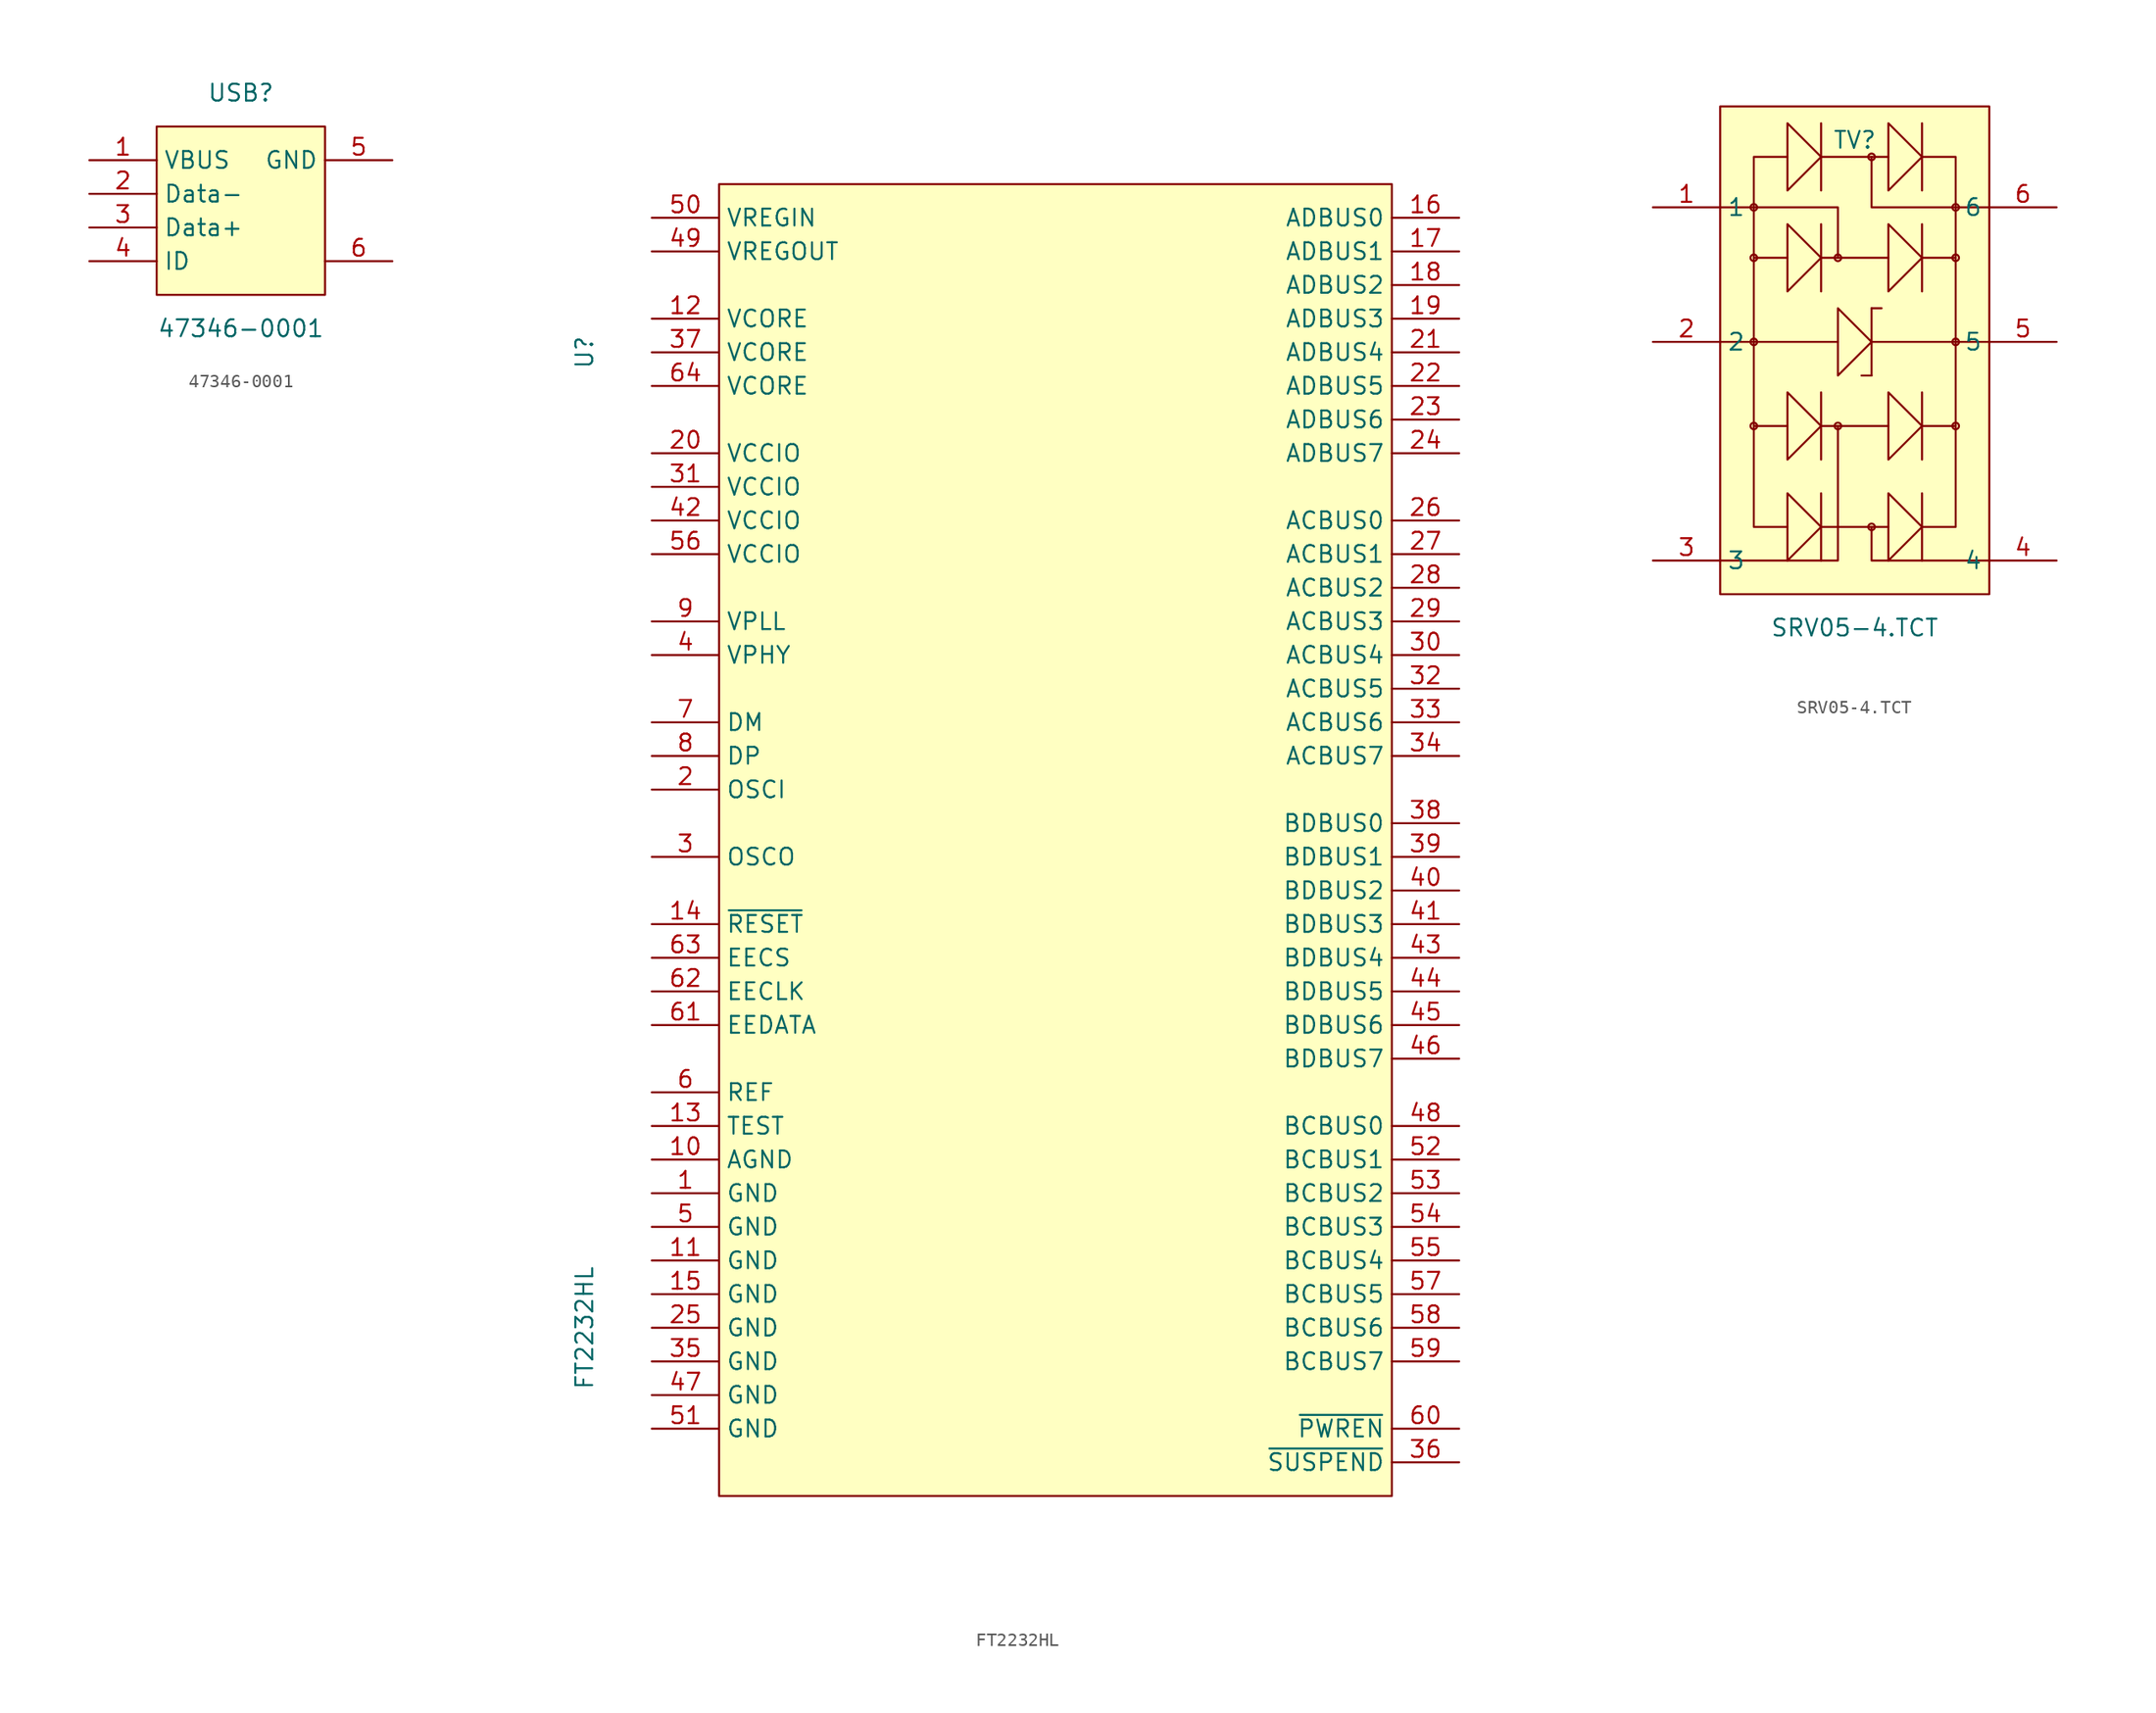
<source format=kicad_sym>
(kicad_symbol_lib
  (version 20241209)
  (generator "kicad_symbol_editor")
  (generator_version "9.0")
  (symbol "47346-0001"
    (property "Reference" "USB"
      (at 0 8.89 0)
      (effects (font (size 1.27 1.27))))
    (property "Value" "47346-0001"
      (at 0 -8.89 0)
      (effects (font (size 1.27 1.27))))
    (symbol "47346-0001_0_1"
      (rectangle (start -6.35 6.35) (end 6.35 -6.35) (stroke (width 0) (type default)) (fill (type background)))
      (pin bidirectional line (at -11.43 3.81 0) (length 5.08) (name "VBUS" (effects (font (size 1.27 1.27)))) (number "1" (effects (font (size 1.27 1.27)))))
      (pin input line (at -11.43 1.27 0) (length 5.08) (name "Data-" (effects (font (size 1.27 1.27)))) (number "2" (effects (font (size 1.27 1.27)))))
      (pin input line (at -11.43 -1.27 0) (length 5.08) (name "Data+" (effects (font (size 1.27 1.27)))) (number "3" (effects (font (size 1.27 1.27)))))
      (pin bidirectional line (at -11.43 -3.81 0) (length 5.08) (name "ID" (effects (font (size 1.27 1.27)))) (number "4" (effects (font (size 1.27 1.27)))))
      (pin bidirectional line (at 11.43 3.81 180) (length 5.08) (name "GND" (effects (font (size 1.27 1.27)))) (number "5" (effects (font (size 1.27 1.27)))))
      (pin unspecified line (at 11.43 -3.81 180) (length 5.08) (name "" (effects (font (size 1.27 1.27)))) (number "6" (effects (font (size 1.27 1.27)))))))
  (symbol "FT2232HL"
    (property "Reference" "U"
      (at -35.56 36.83 90)
      (effects (font (size 1.27 1.27))))
    (property "Value" "FT2232HL"
      (at -35.56 -36.83 90)
      (effects (font (size 1.27 1.27))))
    (symbol "FT2232HL_0_1"
      (rectangle (start -25.4 49.53) (end 25.4 -49.53) (stroke (width 0) (type default)) (fill (type background)))
      (pin power_in line (at -30.48 46.99 0) (length 5.08) (name "VREGIN" (effects (font (size 1.27 1.27)))) (number "50" (effects (font (size 1.27 1.27)))))
      (pin power_in line (at -30.48 44.45 0) (length 5.08) (name "VREGOUT" (effects (font (size 1.27 1.27)))) (number "49" (effects (font (size 1.27 1.27)))))
      (pin power_in line (at -30.48 39.37 0) (length 5.08) (name "VCORE" (effects (font (size 1.27 1.27)))) (number "12" (effects (font (size 1.27 1.27)))))
      (pin power_in line (at -30.48 36.83 0) (length 5.08) (name "VCORE" (effects (font (size 1.27 1.27)))) (number "37" (effects (font (size 1.27 1.27)))))
      (pin power_in line (at -30.48 34.29 0) (length 5.08) (name "VCORE" (effects (font (size 1.27 1.27)))) (number "64" (effects (font (size 1.27 1.27)))))
      (pin power_in line (at -30.48 29.21 0) (length 5.08) (name "VCCIO" (effects (font (size 1.27 1.27)))) (number "20" (effects (font (size 1.27 1.27)))))
      (pin power_in line (at -30.48 26.67 0) (length 5.08) (name "VCCIO" (effects (font (size 1.27 1.27)))) (number "31" (effects (font (size 1.27 1.27)))))
      (pin power_in line (at -30.48 24.13 0) (length 5.08) (name "VCCIO" (effects (font (size 1.27 1.27)))) (number "42" (effects (font (size 1.27 1.27)))))
      (pin power_in line (at -30.48 21.59 0) (length 5.08) (name "VCCIO" (effects (font (size 1.27 1.27)))) (number "56" (effects (font (size 1.27 1.27)))))
      (pin power_in line (at -30.48 16.51 0) (length 5.08) (name "VPLL" (effects (font (size 1.27 1.27)))) (number "9" (effects (font (size 1.27 1.27)))))
      (pin power_in line (at -30.48 13.97 0) (length 5.08) (name "VPHY" (effects (font (size 1.27 1.27)))) (number "4" (effects (font (size 1.27 1.27)))))
      (pin unspecified line (at -30.48 8.89 0) (length 5.08) (name "DM" (effects (font (size 1.27 1.27)))) (number "7" (effects (font (size 1.27 1.27)))))
      (pin unspecified line (at -30.48 6.35 0) (length 5.08) (name "DP" (effects (font (size 1.27 1.27)))) (number "8" (effects (font (size 1.27 1.27)))))
      (pin unspecified line (at -30.48 3.81 0) (length 5.08) (name "OSCI" (effects (font (size 1.27 1.27)))) (number "2" (effects (font (size 1.27 1.27)))))
      (pin output line (at -30.48 -1.27 0) (length 5.08) (name "OSCO" (effects (font (size 1.27 1.27)))) (number "3" (effects (font (size 1.27 1.27)))))
      (pin unspecified line (at -30.48 -6.35 0) (length 5.08) (name "~{RESET}" (effects (font (size 1.27 1.27)))) (number "14" (effects (font (size 1.27 1.27)))))
      (pin bidirectional line (at -30.48 -8.89 0) (length 5.08) (name "EECS" (effects (font (size 1.27 1.27)))) (number "63" (effects (font (size 1.27 1.27)))))
      (pin output line (at -30.48 -11.43 0) (length 5.08) (name "EECLK" (effects (font (size 1.27 1.27)))) (number "62" (effects (font (size 1.27 1.27)))))
      (pin bidirectional line (at -30.48 -13.97 0) (length 5.08) (name "EEDATA" (effects (font (size 1.27 1.27)))) (number "61" (effects (font (size 1.27 1.27)))))
      (pin unspecified line (at -30.48 -19.05 0) (length 5.08) (name "REF" (effects (font (size 1.27 1.27)))) (number "6" (effects (font (size 1.27 1.27)))))
      (pin unspecified line (at -30.48 -21.59 0) (length 5.08) (name "TEST" (effects (font (size 1.27 1.27)))) (number "13" (effects (font (size 1.27 1.27)))))
      (pin power_in line (at -30.48 -24.13 0) (length 5.08) (name "AGND" (effects (font (size 1.27 1.27)))) (number "10" (effects (font (size 1.27 1.27)))))
      (pin power_in line (at -30.48 -26.67 0) (length 5.08) (name "GND" (effects (font (size 1.27 1.27)))) (number "1" (effects (font (size 1.27 1.27)))))
      (pin power_in line (at -30.48 -29.21 0) (length 5.08) (name "GND" (effects (font (size 1.27 1.27)))) (number "5" (effects (font (size 1.27 1.27)))))
      (pin power_in line (at -30.48 -31.75 0) (length 5.08) (name "GND" (effects (font (size 1.27 1.27)))) (number "11" (effects (font (size 1.27 1.27)))))
      (pin power_in line (at -30.48 -34.29 0) (length 5.08) (name "GND" (effects (font (size 1.27 1.27)))) (number "15" (effects (font (size 1.27 1.27)))))
      (pin power_in line (at -30.48 -36.83 0) (length 5.08) (name "GND" (effects (font (size 1.27 1.27)))) (number "25" (effects (font (size 1.27 1.27)))))
      (pin power_in line (at -30.48 -39.37 0) (length 5.08) (name "GND" (effects (font (size 1.27 1.27)))) (number "35" (effects (font (size 1.27 1.27)))))
      (pin power_in line (at -30.48 -41.91 0) (length 5.08) (name "GND" (effects (font (size 1.27 1.27)))) (number "47" (effects (font (size 1.27 1.27)))))
      (pin power_in line (at -30.48 -44.45 0) (length 5.08) (name "GND" (effects (font (size 1.27 1.27)))) (number "51" (effects (font (size 1.27 1.27)))))
      (pin bidirectional line (at 30.48 46.99 180) (length 5.08) (name "ADBUS0" (effects (font (size 1.27 1.27)))) (number "16" (effects (font (size 1.27 1.27)))))
      (pin bidirectional line (at 30.48 44.45 180) (length 5.08) (name "ADBUS1" (effects (font (size 1.27 1.27)))) (number "17" (effects (font (size 1.27 1.27)))))
      (pin bidirectional line (at 30.48 41.91 180) (length 5.08) (name "ADBUS2" (effects (font (size 1.27 1.27)))) (number "18" (effects (font (size 1.27 1.27)))))
      (pin bidirectional line (at 30.48 39.37 180) (length 5.08) (name "ADBUS3" (effects (font (size 1.27 1.27)))) (number "19" (effects (font (size 1.27 1.27)))))
      (pin bidirectional line (at 30.48 36.83 180) (length 5.08) (name "ADBUS4" (effects (font (size 1.27 1.27)))) (number "21" (effects (font (size 1.27 1.27)))))
      (pin bidirectional line (at 30.48 34.29 180) (length 5.08) (name "ADBUS5" (effects (font (size 1.27 1.27)))) (number "22" (effects (font (size 1.27 1.27)))))
      (pin bidirectional line (at 30.48 31.75 180) (length 5.08) (name "ADBUS6" (effects (font (size 1.27 1.27)))) (number "23" (effects (font (size 1.27 1.27)))))
      (pin bidirectional line (at 30.48 29.21 180) (length 5.08) (name "ADBUS7" (effects (font (size 1.27 1.27)))) (number "24" (effects (font (size 1.27 1.27)))))
      (pin bidirectional line (at 30.48 24.13 180) (length 5.08) (name "ACBUS0" (effects (font (size 1.27 1.27)))) (number "26" (effects (font (size 1.27 1.27)))))
      (pin bidirectional line (at 30.48 21.59 180) (length 5.08) (name "ACBUS1" (effects (font (size 1.27 1.27)))) (number "27" (effects (font (size 1.27 1.27)))))
      (pin bidirectional line (at 30.48 19.05 180) (length 5.08) (name "ACBUS2" (effects (font (size 1.27 1.27)))) (number "28" (effects (font (size 1.27 1.27)))))
      (pin bidirectional line (at 30.48 16.51 180) (length 5.08) (name "ACBUS3" (effects (font (size 1.27 1.27)))) (number "29" (effects (font (size 1.27 1.27)))))
      (pin bidirectional line (at 30.48 13.97 180) (length 5.08) (name "ACBUS4" (effects (font (size 1.27 1.27)))) (number "30" (effects (font (size 1.27 1.27)))))
      (pin bidirectional line (at 30.48 11.43 180) (length 5.08) (name "ACBUS5" (effects (font (size 1.27 1.27)))) (number "32" (effects (font (size 1.27 1.27)))))
      (pin bidirectional line (at 30.48 8.89 180) (length 5.08) (name "ACBUS6" (effects (font (size 1.27 1.27)))) (number "33" (effects (font (size 1.27 1.27)))))
      (pin bidirectional line (at 30.48 6.35 180) (length 5.08) (name "ACBUS7" (effects (font (size 1.27 1.27)))) (number "34" (effects (font (size 1.27 1.27)))))
      (pin bidirectional line (at 30.48 1.27 180) (length 5.08) (name "BDBUS0" (effects (font (size 1.27 1.27)))) (number "38" (effects (font (size 1.27 1.27)))))
      (pin bidirectional line (at 30.48 -1.27 180) (length 5.08) (name "BDBUS1" (effects (font (size 1.27 1.27)))) (number "39" (effects (font (size 1.27 1.27)))))
      (pin bidirectional line (at 30.48 -3.81 180) (length 5.08) (name "BDBUS2" (effects (font (size 1.27 1.27)))) (number "40" (effects (font (size 1.27 1.27)))))
      (pin bidirectional line (at 30.48 -6.35 180) (length 5.08) (name "BDBUS3" (effects (font (size 1.27 1.27)))) (number "41" (effects (font (size 1.27 1.27)))))
      (pin bidirectional line (at 30.48 -8.89 180) (length 5.08) (name "BDBUS4" (effects (font (size 1.27 1.27)))) (number "43" (effects (font (size 1.27 1.27)))))
      (pin bidirectional line (at 30.48 -11.43 180) (length 5.08) (name "BDBUS5" (effects (font (size 1.27 1.27)))) (number "44" (effects (font (size 1.27 1.27)))))
      (pin bidirectional line (at 30.48 -13.97 180) (length 5.08) (name "BDBUS6" (effects (font (size 1.27 1.27)))) (number "45" (effects (font (size 1.27 1.27)))))
      (pin bidirectional line (at 30.48 -16.51 180) (length 5.08) (name "BDBUS7" (effects (font (size 1.27 1.27)))) (number "46" (effects (font (size 1.27 1.27)))))
      (pin bidirectional line (at 30.48 -21.59 180) (length 5.08) (name "BCBUS0" (effects (font (size 1.27 1.27)))) (number "48" (effects (font (size 1.27 1.27)))))
      (pin bidirectional line (at 30.48 -24.13 180) (length 5.08) (name "BCBUS1" (effects (font (size 1.27 1.27)))) (number "52" (effects (font (size 1.27 1.27)))))
      (pin bidirectional line (at 30.48 -26.67 180) (length 5.08) (name "BCBUS2" (effects (font (size 1.27 1.27)))) (number "53" (effects (font (size 1.27 1.27)))))
      (pin bidirectional line (at 30.48 -29.21 180) (length 5.08) (name "BCBUS3" (effects (font (size 1.27 1.27)))) (number "54" (effects (font (size 1.27 1.27)))))
      (pin bidirectional line (at 30.48 -31.75 180) (length 5.08) (name "BCBUS4" (effects (font (size 1.27 1.27)))) (number "55" (effects (font (size 1.27 1.27)))))
      (pin bidirectional line (at 30.48 -34.29 180) (length 5.08) (name "BCBUS5" (effects (font (size 1.27 1.27)))) (number "57" (effects (font (size 1.27 1.27)))))
      (pin bidirectional line (at 30.48 -36.83 180) (length 5.08) (name "BCBUS6" (effects (font (size 1.27 1.27)))) (number "58" (effects (font (size 1.27 1.27)))))
      (pin bidirectional line (at 30.48 -39.37 180) (length 5.08) (name "BCBUS7" (effects (font (size 1.27 1.27)))) (number "59" (effects (font (size 1.27 1.27)))))
      (pin output line (at 30.48 -44.45 180) (length 5.08) (name "~{PWREN}" (effects (font (size 1.27 1.27)))) (number "60" (effects (font (size 1.27 1.27)))))
      (pin output line (at 30.48 -46.99 180) (length 5.08) (name "~{SUSPEND}" (effects (font (size 1.27 1.27)))) (number "36" (effects (font (size 1.27 1.27)))))))
  (symbol "SRV05-4.TCT"
    (property "Reference" "TV"
      (at 0 16.51 0)
      (effects (font (size 1.27 1.27))))
    (property "Value" "SRV05-4.TCT"
      (at 0 -20.32 0)
      (effects (font (size 1.27 1.27))))
    (symbol "SRV05-4.TCT_0_1"
      (rectangle (start -10.16 19.05) (end 10.16 -17.78) (stroke (width 0) (type default)) (fill (type background)))
      (circle (center -7.62 11.43) (radius 0.25) (stroke (width 0) (type default)) (fill (type none)))
      (circle (center -7.62 7.62) (radius 0.25) (stroke (width 0) (type default)) (fill (type none)))
      (polyline (pts (xy -7.62 7.62) (xy -5.08 7.62)) (stroke (width 0) (type default)) (fill (type none)))
      (circle (center -7.62 1.27) (radius 0.25) (stroke (width 0) (type default)) (fill (type none)))
      (circle (center -7.62 -5.08) (radius 0.25) (stroke (width 0) (type default)) (fill (type none)))
      (polyline (pts (xy -7.62 -5.08) (xy -5.08 -5.08)) (stroke (width 0) (type default)) (fill (type none)))
      (polyline (pts (xy -5.08 15.24) (xy -7.62 15.24) (xy -7.62 -12.7) (xy -5.08 -12.7)) (stroke (width 0) (type default)) (fill (type none)))
      (polyline (pts (xy -5.08 12.7) (xy -2.54 15.24) (xy -5.08 17.78) (xy -5.08 12.7)) (stroke (width 0) (type default)) (fill (type background)))
      (polyline (pts (xy -5.08 5.08) (xy -2.54 7.62) (xy -5.08 10.16) (xy -5.08 5.08)) (stroke (width 0) (type default)) (fill (type background)))
      (polyline (pts (xy -5.08 -7.62) (xy -2.54 -5.08) (xy -5.08 -2.54) (xy -5.08 -7.62)) (stroke (width 0) (type default)) (fill (type background)))
      (polyline (pts (xy -5.08 -15.24) (xy -2.54 -12.7) (xy -5.08 -10.16) (xy -5.08 -15.24)) (stroke (width 0) (type default)) (fill (type background)))
      (polyline (pts (xy -2.54 17.78) (xy -2.54 12.7)) (stroke (width 0) (type default)) (fill (type none)))
      (polyline (pts (xy -2.54 10.16) (xy -2.54 5.08)) (stroke (width 0) (type default)) (fill (type none)))
      (polyline (pts (xy -2.54 7.62) (xy 2.54 7.62)) (stroke (width 0) (type default)) (fill (type none)))
      (polyline (pts (xy -2.54 -2.54) (xy -2.54 -7.62)) (stroke (width 0) (type default)) (fill (type none)))
      (polyline (pts (xy -2.54 -5.08) (xy 2.54 -5.08)) (stroke (width 0) (type default)) (fill (type none)))
      (polyline (pts (xy -2.54 -10.16) (xy -2.54 -15.24)) (stroke (width 0) (type default)) (fill (type none)))
      (polyline (pts (xy -2.54 -12.7) (xy 2.54 -12.7)) (stroke (width 0) (type default)) (fill (type none)))
      (circle (center -1.27 7.62) (radius 0.25) (stroke (width 0) (type default)) (fill (type none)))
      (polyline (pts (xy -1.27 7.62) (xy -1.27 11.43) (xy -10.16 11.43)) (stroke (width 0) (type default)) (fill (type none)))
      (polyline (pts (xy -1.27 1.27) (xy -10.16 1.27)) (stroke (width 0) (type default)) (fill (type none)))
      (polyline (pts (xy -1.27 -1.27) (xy 1.27 1.27) (xy -1.27 3.81) (xy -1.27 -1.27)) (stroke (width 0) (type default)) (fill (type background)))
      (circle (center -1.27 -5.08) (radius 0.25) (stroke (width 0) (type default)) (fill (type none)))
      (polyline (pts (xy -1.27 -5.08) (xy -1.27 -15.24) (xy -10.16 -15.24)) (stroke (width 0) (type default)) (fill (type none)))
      (polyline (pts (xy 1.27 15.24) (xy 1.27 11.43) (xy 10.16 11.43)) (stroke (width 0) (type default)) (fill (type none)))
      (circle (center 1.27 15.24) (radius 0.25) (stroke (width 0) (type default)) (fill (type none)))
      (polyline (pts (xy 1.27 3.81) (xy 1.27 -1.27)) (stroke (width 0) (type default)) (fill (type none)))
      (polyline (pts (xy 1.27 1.27) (xy 10.16 1.27)) (stroke (width 0) (type default)) (fill (type none)))
      (polyline (pts (xy 1.27 -1.27) (xy 0.51 -1.27)) (stroke (width 0) (type default)) (fill (type none)))
      (polyline (pts (xy 1.27 -12.7) (xy 1.27 -15.24) (xy 10.16 -15.24)) (stroke (width 0) (type default)) (fill (type none)))
      (circle (center 1.27 -12.7) (radius 0.25) (stroke (width 0) (type default)) (fill (type none)))
      (polyline (pts (xy 2.03 3.81) (xy 1.27 3.81)) (stroke (width 0) (type default)) (fill (type none)))
      (polyline (pts (xy 2.54 15.24) (xy -2.54 15.24)) (stroke (width 0) (type default)) (fill (type none)))
      (polyline (pts (xy 2.54 12.7) (xy 5.08 15.24) (xy 2.54 17.78) (xy 2.54 12.7)) (stroke (width 0) (type default)) (fill (type background)))
      (polyline (pts (xy 2.54 5.08) (xy 5.08 7.62) (xy 2.54 10.16) (xy 2.54 5.08)) (stroke (width 0) (type default)) (fill (type background)))
      (polyline (pts (xy 2.54 -7.62) (xy 5.08 -5.08) (xy 2.54 -2.54) (xy 2.54 -7.62)) (stroke (width 0) (type default)) (fill (type background)))
      (polyline (pts (xy 2.54 -15.24) (xy 5.08 -12.7) (xy 2.54 -10.16) (xy 2.54 -15.24)) (stroke (width 0) (type default)) (fill (type background)))
      (polyline (pts (xy 5.08 17.78) (xy 5.08 12.7)) (stroke (width 0) (type default)) (fill (type none)))
      (polyline (pts (xy 5.08 10.16) (xy 5.08 5.08)) (stroke (width 0) (type default)) (fill (type none)))
      (polyline (pts (xy 5.08 7.62) (xy 7.62 7.62)) (stroke (width 0) (type default)) (fill (type none)))
      (polyline (pts (xy 5.08 -2.54) (xy 5.08 -7.62)) (stroke (width 0) (type default)) (fill (type none)))
      (polyline (pts (xy 5.08 -5.08) (xy 7.62 -5.08)) (stroke (width 0) (type default)) (fill (type none)))
      (polyline (pts (xy 5.08 -10.16) (xy 5.08 -15.24)) (stroke (width 0) (type default)) (fill (type none)))
      (polyline (pts (xy 5.08 -12.7) (xy 7.62 -12.7) (xy 7.62 15.24) (xy 5.08 15.24)) (stroke (width 0) (type default)) (fill (type none)))
      (circle (center 7.62 11.43) (radius 0.25) (stroke (width 0) (type default)) (fill (type none)))
      (circle (center 7.62 7.62) (radius 0.25) (stroke (width 0) (type default)) (fill (type none)))
      (circle (center 7.62 1.27) (radius 0.25) (stroke (width 0) (type default)) (fill (type none)))
      (circle (center 7.62 -5.08) (radius 0.25) (stroke (width 0) (type default)) (fill (type none)))
      (pin input line (at -15.24 11.43 0) (length 5.08) (name "1" (effects (font (size 1.27 1.27)))) (number "1" (effects (font (size 1.27 1.27)))))
      (pin input line (at -15.24 1.27 0) (length 5.08) (name "2" (effects (font (size 1.27 1.27)))) (number "2" (effects (font (size 1.27 1.27)))))
      (pin input line (at -15.24 -15.24 0) (length 5.08) (name "3" (effects (font (size 1.27 1.27)))) (number "3" (effects (font (size 1.27 1.27)))))
      (pin input line (at 15.24 11.43 180) (length 5.08) (name "6" (effects (font (size 1.27 1.27)))) (number "6" (effects (font (size 1.27 1.27)))))
      (pin input line (at 15.24 1.27 180) (length 5.08) (name "5" (effects (font (size 1.27 1.27)))) (number "5" (effects (font (size 1.27 1.27)))))
      (pin input line (at 15.24 -15.24 180) (length 5.08) (name "4" (effects (font (size 1.27 1.27)))) (number "4" (effects (font (size 1.27 1.27))))))))
</source>
